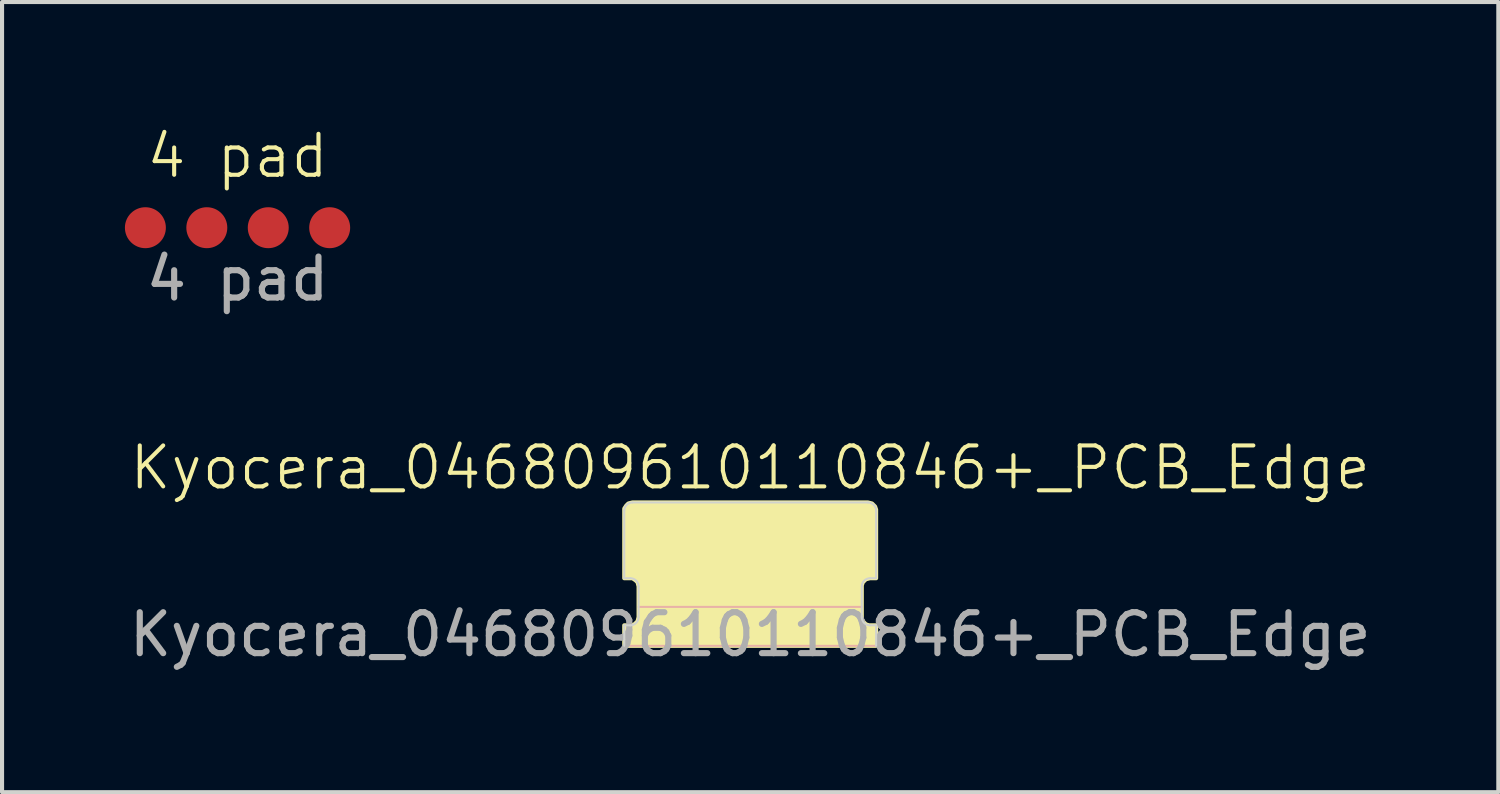
<source format=kicad_pcb>
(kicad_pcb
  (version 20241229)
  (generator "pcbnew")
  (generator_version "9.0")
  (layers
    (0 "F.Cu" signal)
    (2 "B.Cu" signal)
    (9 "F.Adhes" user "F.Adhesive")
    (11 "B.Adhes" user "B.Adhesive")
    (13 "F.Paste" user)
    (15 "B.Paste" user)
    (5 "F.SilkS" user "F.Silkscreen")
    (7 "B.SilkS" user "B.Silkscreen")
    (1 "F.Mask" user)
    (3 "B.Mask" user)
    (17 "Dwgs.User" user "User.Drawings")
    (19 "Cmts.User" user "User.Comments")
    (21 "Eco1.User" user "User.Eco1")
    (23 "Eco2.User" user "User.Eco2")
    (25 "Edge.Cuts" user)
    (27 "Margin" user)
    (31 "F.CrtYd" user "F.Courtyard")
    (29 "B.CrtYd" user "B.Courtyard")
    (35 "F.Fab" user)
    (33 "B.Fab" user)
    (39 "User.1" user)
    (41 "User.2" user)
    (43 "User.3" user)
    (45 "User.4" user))
  (footprint "4 pad"
    (layer "F.Cu")
    (at 2.75 2.51)
    (property "Reference" "4 pad" (at 0 -1.75 0) (unlocked yes) (layer "F.SilkS") (effects (font (size 1 1) (thickness 0.1))))
    (attr smd)
    (fp_text user "${REFERENCE}" (at 0 1.25 0) (unlocked yes) (layer "F.Fab") (effects (font (size 1 1) (thickness 0.15))))
    (pad "1" smd circle (at -2.25 0) (size 1 1) (layers "F.Cu" "F.Mask" "F.Paste"))
    (pad "2" smd circle (at -0.75 0) (size 1 1) (layers "F.Cu" "F.Mask" "F.Paste"))
    (pad "3" smd circle (at 0.75 0) (size 1 1) (layers "F.Cu" "F.Mask" "F.Paste"))
    (pad "4" smd circle (at 2.25 0) (size 1 1) (layers "F.Cu" "F.Mask" "F.Paste")))
  (footprint "Kyocera_046809610110846+_PCB_Edge"
    (layer "F.Cu")
    (at 15.268 10.869)
    (property "Reference" "Kyocera_046809610110846+_PCB_Edge" (at 0 -2.5 0) (unlocked yes) (layer "F.SilkS") (effects (font (size 1 1) (thickness 0.1))))
    (attr smd)
    (fp_poly (pts (xy 3.075 1.85) (xy 3.075 1.35) (xy 2.9 1.35) (xy 2.825 1.325) (xy 2.775 1.275) (xy 2.725 1.2) (xy 2.725 0.375) (xy 2.75 0.3) (xy 2.825 0.225) (xy 2.925 0.2) (xy 3.075 0.2) (xy 3.075 -1.475) (xy 3.05 -1.55) (xy 2.975 -1.625) (xy 2.875 -1.65) (xy -2.875 -1.65) (xy -2.975 -1.625) (xy -3.025 -1.575) (xy -3.075 -1.5) (xy -3.075 0.2) (xy -2.875 0.2) (xy -2.8 0.25) (xy -2.75 0.3) (xy -2.725 0.4) (xy -2.725 1.15) (xy -2.75 1.25) (xy -2.825 1.325) (xy -2.9 1.35) (xy -3.075 1.35) (xy -3.075 1.85)) (stroke (width 0.1) (type solid)) (fill yes) (layer "F.SilkS"))
    (fp_line (start -3.075 1.85) (end 3.075 1.85) (stroke (width 0.05) (type solid)) (layer "B.SilkS"))
    (fp_line (start -2.725 0.9) (end 2.725 0.9) (stroke (width 0.05) (type solid)) (layer "B.SilkS"))
    (fp_line (start -3.075 -1.45) (end -3.075 0.2) (stroke (width 0.05) (type default)) (layer "Edge.Cuts"))
    (fp_line (start -3.075 0.2) (end -2.925 0.2) (stroke (width 0.05) (type default)) (layer "Edge.Cuts"))
    (fp_line (start -3.075 1.35) (end -3.075 1.85) (stroke (width 0.05) (type default)) (layer "Edge.Cuts"))
    (fp_line (start -2.925 1.35) (end -3.075 1.35) (stroke (width 0.05) (type default)) (layer "Edge.Cuts"))
    (fp_line (start -2.725 0.4) (end -2.725 1.15) (stroke (width 0.05) (type default)) (layer "Edge.Cuts"))
    (fp_line (start 2.725 0.4) (end 2.725 1.15) (stroke (width 0.05) (type default)) (layer "Edge.Cuts"))
    (fp_line (start 2.875 -1.65) (end -2.875 -1.65) (stroke (width 0.05) (type default)) (layer "Edge.Cuts"))
    (fp_line (start 2.925 1.35) (end 3.075 1.35) (stroke (width 0.05) (type default)) (layer "Edge.Cuts"))
    (fp_line (start 3.075 -1.45) (end 3.075 0.2) (stroke (width 0.05) (type default)) (layer "Edge.Cuts"))
    (fp_line (start 3.075 0.2) (end 2.925 0.2) (stroke (width 0.05) (type default)) (layer "Edge.Cuts"))
    (fp_line (start 3.075 1.35) (end 3.075 1.85) (stroke (width 0.05) (type default)) (layer "Edge.Cuts"))
    (fp_arc (start -3.075 -1.45) (mid -3.016421 -1.591421) (end -2.875 -1.65) (stroke (width 0.05) (type default)) (layer "Edge.Cuts"))
    (fp_arc (start -2.925 0.2) (mid -2.783579 0.258579) (end -2.725 0.4) (stroke (width 0.05) (type default)) (layer "Edge.Cuts"))
    (fp_arc (start -2.725 1.15) (mid -2.783579 1.291421) (end -2.925 1.35) (stroke (width 0.05) (type default)) (layer "Edge.Cuts"))
    (fp_arc (start 2.725 0.4) (mid 2.783579 0.258579) (end 2.925 0.2) (stroke (width 0.05) (type default)) (layer "Edge.Cuts"))
    (fp_arc (start 2.875 -1.65) (mid 3.016421 -1.591421) (end 3.075 -1.45) (stroke (width 0.05) (type default)) (layer "Edge.Cuts"))
    (fp_arc (start 2.925 1.35) (mid 2.783579 1.291421) (end 2.725 1.15) (stroke (width 0.05) (type default)) (layer "Edge.Cuts"))
    (fp_text user "${REFERENCE}" (at 0 1.575 0) (unlocked yes) (layer "F.Fab") (effects (font (size 1 1) (thickness 0.15))))
    (pad "1" connect custom (at -2.25 -0.375) (size 0.3 2.5) (layers "B.Cu" "B.Mask") (options (anchor rect)) (primitives))
    (pad "2" connect custom (at -1.75 -0.375) (size 0.3 2.5) (layers "B.Cu" "B.Mask") (options (anchor rect)) (primitives))
    (pad "3" connect custom (at -1.25 -0.375) (size 0.3 2.5) (layers "B.Cu" "B.Mask") (options (anchor rect)) (primitives))
    (pad "4" connect custom (at -0.75 -0.375) (size 0.3 2.5) (layers "B.Cu" "B.Mask") (options (anchor rect)) (primitives))
    (pad "5" connect custom (at -0.25 -0.375) (size 0.3 2.5) (layers "B.Cu" "B.Mask") (options (anchor rect)) (primitives))
    (pad "6" connect custom (at 0.25 -0.375) (size 0.3 2.5) (layers "B.Cu" "B.Mask") (options (anchor rect)) (primitives))
    (pad "7" connect custom (at 0.75 -0.375) (size 0.3 2.5) (layers "B.Cu" "B.Mask") (options (anchor rect)) (primitives))
    (pad "8" connect custom (at 1.25 -0.375) (size 0.3 2.5) (layers "B.Cu" "B.Mask") (options (anchor rect)) (primitives))
    (pad "9" connect custom (at 1.75 -0.375) (size 0.3 2.5) (layers "B.Cu" "B.Mask") (options (anchor rect)) (primitives))
    (pad "10" connect custom (at 2.25 -0.375) (size 0.3 2.5) (layers "B.Cu" "B.Mask") (options (anchor rect)) (primitives)))
  (gr_rect
    (start -3 -3)
    (end 33.536 16.293)
    (stroke (width 0.1) (type default))
    (fill no)
    (layer "Edge.Cuts")))
</source>
